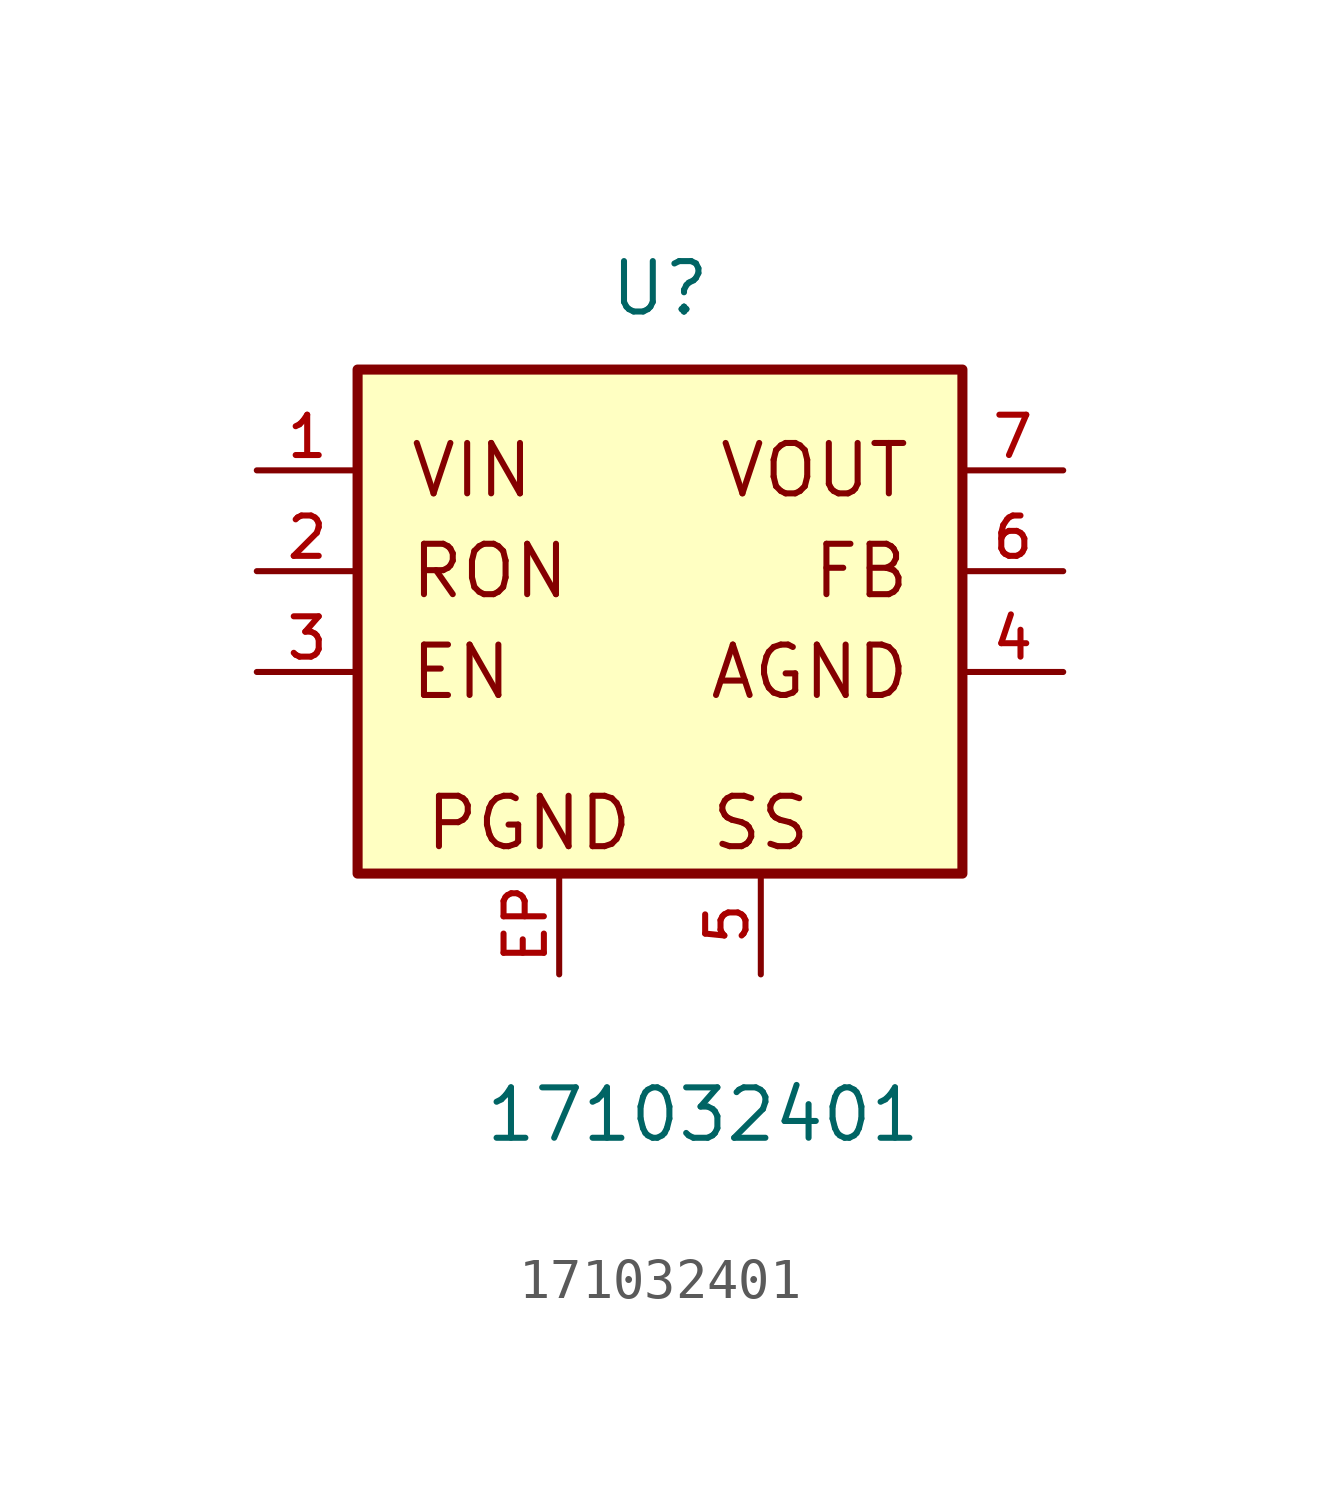
<source format=kicad_sym>
(kicad_symbol_lib
  (version 20211014)
  (generator kicad_symbol_editor)
  (symbol "171032401"
    (pin_names
      (offset 1.016))
    (property "Reference" "U"
      (at 0.0 8.92 0)
      (effects (font (size 1.27 1.27)) (justify bottom)))
    (property "Value" "171032401"
      (at -4.46 -11.9 0)
      (effects (font (size 1.27 1.27)) (justify bottom left)))
    (symbol "171032401_0_0"
      (text "VOUT" (at 6.35 5.08 0) (effects (font (size 1.27 1.27)) (justify right)))
      (text "EN" (at -6.35 0.0 0) (effects (font (size 1.27 1.27)) (justify left)))
      (text "AGND" (at 6.35 0.0 0) (effects (font (size 1.27 1.27)) (justify right)))
      (text "VIN" (at -6.35 5.08 0) (effects (font (size 1.27 1.27)) (justify left)))
      (text "RON" (at -6.35 2.54 0) (effects (font (size 1.27 1.27)) (justify left)))
      (text "SS" (at 2.54 -3.81 0) (effects (font (size 1.27 1.27))))
      (text "PGND" (at -3.302 -3.81 0) (effects (font (size 1.27 1.27))))
      (text "FB" (at 6.35 2.54 0) (effects (font (size 1.27 1.27)) (justify right)))
      (rectangle (start -7.62 -5.08) (end 7.62 7.62) (stroke (width 0.254)) (fill (type background)))
      (pin bidirectional line (at -10.16 5.08 0) (length 2.54) (name "~" (effects (font (size 1.016 1.016)))) (number "1" (effects (font (size 1.016 1.016)))))
      (pin bidirectional line (at -10.16 2.54 0) (length 2.54) (name "~" (effects (font (size 1.016 1.016)))) (number "2" (effects (font (size 1.016 1.016)))))
      (pin bidirectional line (at -10.16 0.0 0) (length 2.54) (name "~" (effects (font (size 1.016 1.016)))) (number "3" (effects (font (size 1.016 1.016)))))
      (pin bidirectional line (at 10.16 0.0 180.0) (length 2.54) (name "~" (effects (font (size 1.016 1.016)))) (number "4" (effects (font (size 1.016 1.016)))))
      (pin bidirectional line (at -2.54 -7.62 90.0) (length 2.54) (name "~" (effects (font (size 1.016 1.016)))) (number "EP" (effects (font (size 1.016 1.016)))))
      (pin bidirectional line (at 2.54 -7.62 90.0) (length 2.54) (name "~" (effects (font (size 1.016 1.016)))) (number "5" (effects (font (size 1.016 1.016)))))
      (pin bidirectional line (at 10.16 2.54 180.0) (length 2.54) (name "~" (effects (font (size 1.016 1.016)))) (number "6" (effects (font (size 1.016 1.016)))))
      (pin bidirectional line (at 10.16 5.08 180.0) (length 2.54) (name "~" (effects (font (size 1.016 1.016)))) (number "7" (effects (font (size 1.016 1.016))))))))
</source>
